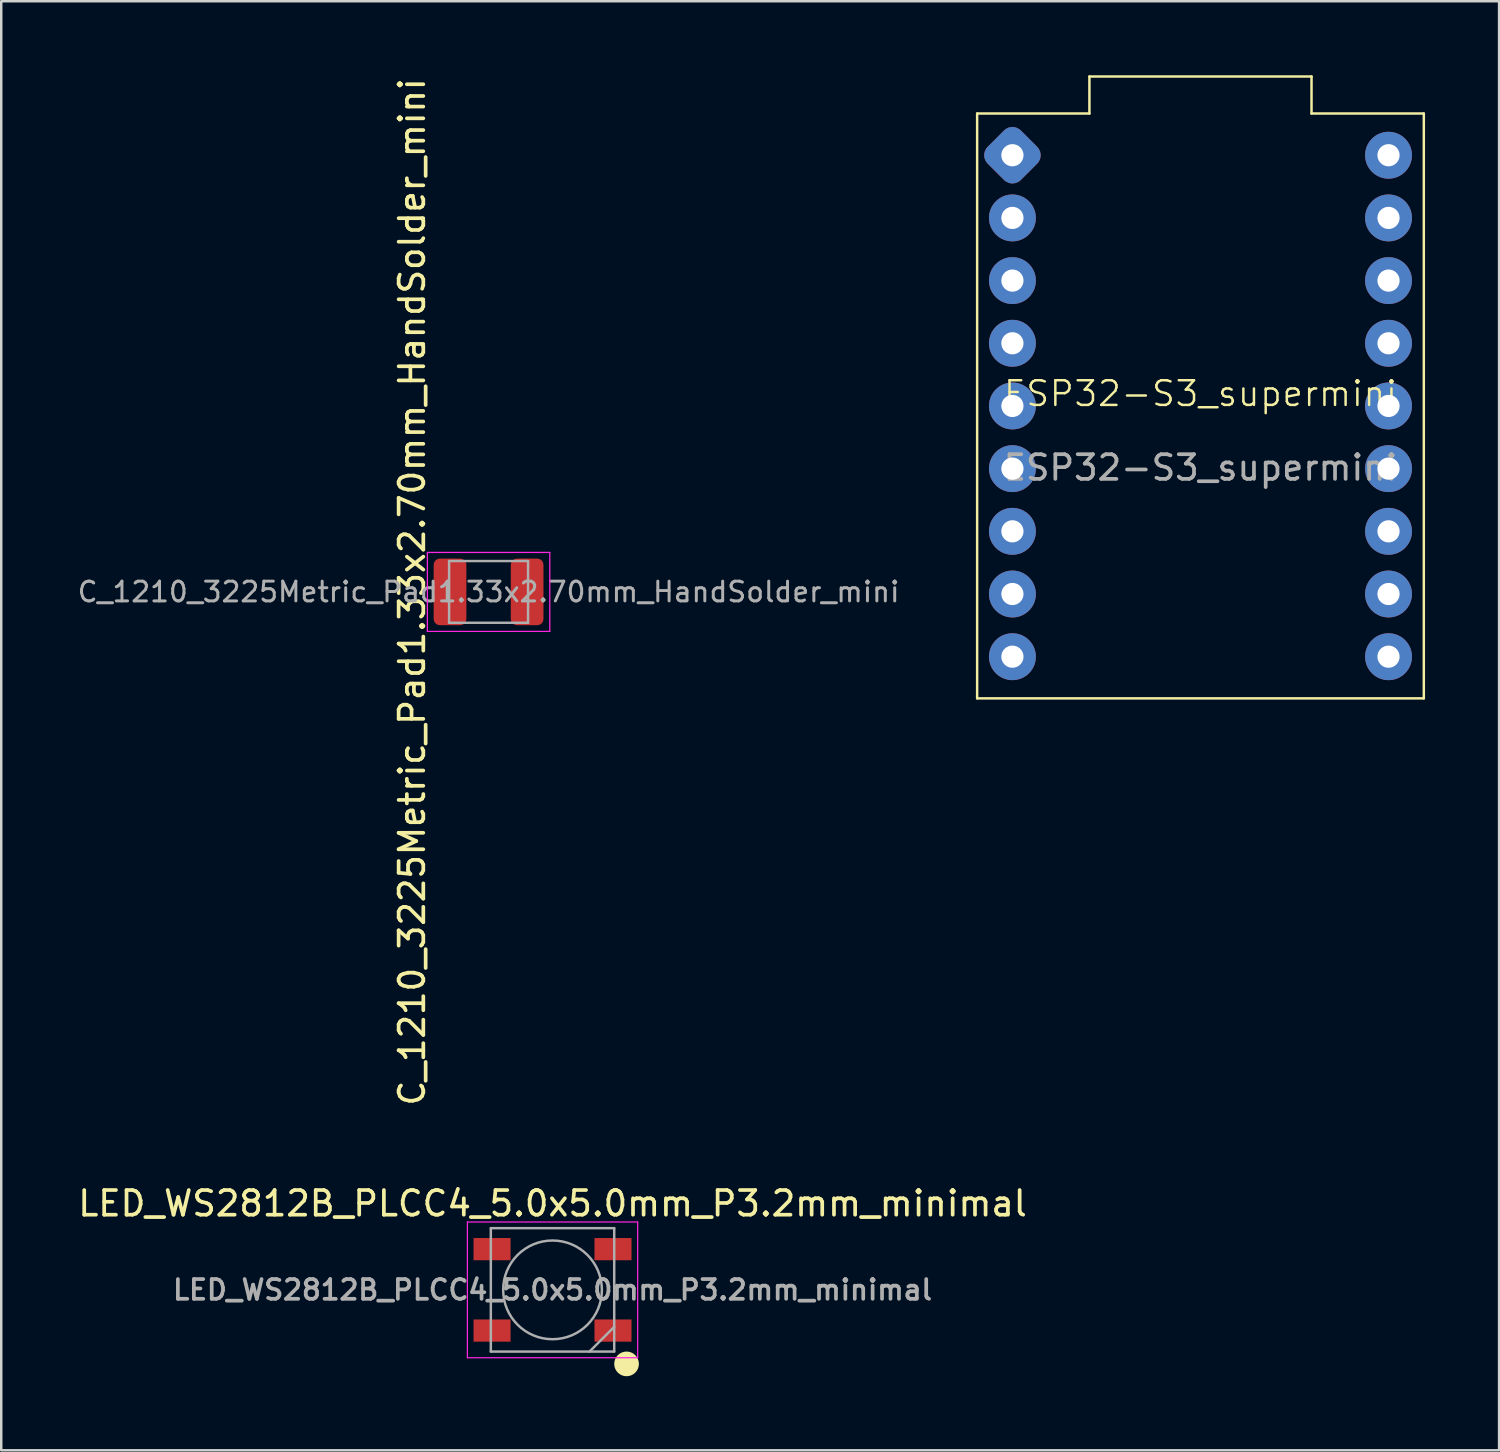
<source format=kicad_pcb>
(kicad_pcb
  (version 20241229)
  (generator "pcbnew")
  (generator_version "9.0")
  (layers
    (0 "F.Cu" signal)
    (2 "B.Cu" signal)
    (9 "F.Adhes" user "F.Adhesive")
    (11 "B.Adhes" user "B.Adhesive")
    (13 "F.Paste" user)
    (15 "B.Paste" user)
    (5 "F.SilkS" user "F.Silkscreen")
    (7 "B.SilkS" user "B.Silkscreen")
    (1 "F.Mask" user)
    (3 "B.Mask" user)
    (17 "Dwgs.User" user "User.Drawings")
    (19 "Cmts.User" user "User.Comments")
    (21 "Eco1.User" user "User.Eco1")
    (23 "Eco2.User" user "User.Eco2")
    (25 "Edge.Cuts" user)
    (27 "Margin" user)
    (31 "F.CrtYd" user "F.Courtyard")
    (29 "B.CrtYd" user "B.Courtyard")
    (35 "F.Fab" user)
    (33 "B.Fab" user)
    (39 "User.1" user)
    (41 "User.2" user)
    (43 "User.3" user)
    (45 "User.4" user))
  (footprint "LED_WS2812B_PLCC4_5.0x5.0mm_P3.2mm_minimal"
    (layer "F.Cu")
    (at 19.339 49.217)
    (property "Reference" "LED_WS2812B_PLCC4_5.0x5.0mm_P3.2mm_minimal" (at 0 -3.5 0) (layer "F.SilkS") (effects (font (size 1 1) (thickness 0.15))))
    (attr smd)
    (fp_circle (center 3 3) (end 3.5 3) (stroke (width 0) (type solid)) (fill yes) (layer "F.SilkS"))
    (fp_line (start -3.45 -2.75) (end -3.45 2.75) (stroke (width 0.05) (type solid)) (layer "F.CrtYd"))
    (fp_line (start -3.45 2.75) (end 3.45 2.75) (stroke (width 0.05) (type solid)) (layer "F.CrtYd"))
    (fp_line (start 3.45 -2.75) (end -3.45 -2.75) (stroke (width 0.05) (type solid)) (layer "F.CrtYd"))
    (fp_line (start 3.45 2.75) (end 3.45 -2.75) (stroke (width 0.05) (type solid)) (layer "F.CrtYd"))
    (fp_line (start -2.5 -2.5) (end -2.5 2.5) (stroke (width 0.1) (type solid)) (layer "F.Fab"))
    (fp_line (start -2.5 2.5) (end 2.5 2.5) (stroke (width 0.1) (type solid)) (layer "F.Fab"))
    (fp_line (start 2.5 -2.5) (end -2.5 -2.5) (stroke (width 0.1) (type solid)) (layer "F.Fab"))
    (fp_line (start 2.5 1.5) (end 1.5 2.5) (stroke (width 0.1) (type solid)) (layer "F.Fab"))
    (fp_line (start 2.5 2.5) (end 2.5 -2.5) (stroke (width 0.1) (type solid)) (layer "F.Fab"))
    (fp_circle (center 0 0) (end 0 -2) (stroke (width 0.1) (type solid)) (fill no) (layer "F.Fab"))
    (fp_text user "${REFERENCE}" (at 0 0 0) (layer "F.Fab") (effects (font (size 0.8 0.8) (thickness 0.15))))
    (pad "1" smd rect (at -2.45 -1.65) (size 1.5 0.9) (layers "F.Cu" "F.Mask" "F.Paste"))
    (pad "2" smd rect (at -2.45 1.65) (size 1.5 0.9) (layers "F.Cu" "F.Mask" "F.Paste"))
    (pad "3" smd rect (at 2.45 1.65) (size 1.5 0.9) (layers "F.Cu" "F.Mask" "F.Paste"))
    (pad "4" smd rect (at 2.45 -1.65) (size 1.5 0.9) (layers "F.Cu" "F.Mask" "F.Paste")))
  (footprint "C_1210_3225Metric_Pad1.33x2.70mm_HandSolder_mini"
    (layer "F.Cu")
    (at 16.748 20.935)
    (property "Reference" "C_1210_3225Metric_Pad1.33x2.70mm_HandSolder_mini" (at -3.1 0 90) (layer "F.SilkS") (effects (font (size 1 1) (thickness 0.15))))
    (attr smd)
    (fp_line (start -2.48 -1.6) (end 2.48 -1.6) (stroke (width 0.05) (type solid)) (layer "F.CrtYd"))
    (fp_line (start -2.48 1.6) (end -2.48 -1.6) (stroke (width 0.05) (type solid)) (layer "F.CrtYd"))
    (fp_line (start 2.48 -1.6) (end 2.48 1.6) (stroke (width 0.05) (type solid)) (layer "F.CrtYd"))
    (fp_line (start 2.48 1.6) (end -2.48 1.6) (stroke (width 0.05) (type solid)) (layer "F.CrtYd"))
    (fp_line (start -1.6 -1.25) (end 1.6 -1.25) (stroke (width 0.1) (type solid)) (layer "F.Fab"))
    (fp_line (start -1.6 1.25) (end -1.6 -1.25) (stroke (width 0.1) (type solid)) (layer "F.Fab"))
    (fp_line (start 1.6 -1.25) (end 1.6 1.25) (stroke (width 0.1) (type solid)) (layer "F.Fab"))
    (fp_line (start 1.6 1.25) (end -1.6 1.25) (stroke (width 0.1) (type solid)) (layer "F.Fab"))
    (fp_text user "${REFERENCE}" (at 0 0 0) (layer "F.Fab") (effects (font (size 0.8 0.8) (thickness 0.12))))
    (pad "1" smd roundrect (at -1.562 0) (size 1.325 2.7) (layers "F.Cu" "F.Mask" "F.Paste") (roundrect_rratio 0.189))
    (pad "2" smd roundrect (at 1.562 0) (size 1.325 2.7) (layers "F.Cu" "F.Mask" "F.Paste") (roundrect_rratio 0.189)))
  (footprint "ESP32-S3_supermini"
    (layer "F.Cu")
    (at 45.595 13.4)
    (property "Reference" "ESP32-S3_supermini" (at 0 -0.5 0) (unlocked yes) (layer "F.SilkS") (effects (font (size 1 1) (thickness 0.1))))
    (attr through_hole)
    (fp_line (start -9.05 -11.85) (end -9.05 11.85) (stroke (width 0.1) (type default)) (layer "F.SilkS"))
    (fp_line (start -9.05 -11.85) (end -4.5 -11.85) (stroke (width 0.1) (type default)) (layer "F.SilkS"))
    (fp_line (start -4.5 -11.85) (end -4.5 -13.35) (stroke (width 0.1) (type default)) (layer "F.SilkS"))
    (fp_line (start 4.5 -13.35) (end -4.5 -13.35) (stroke (width 0.1) (type default)) (layer "F.SilkS"))
    (fp_line (start 4.5 -11.85) (end 4.5 -13.35) (stroke (width 0.1) (type default)) (layer "F.SilkS"))
    (fp_line (start 9.05 -11.85) (end 4.5 -11.85) (stroke (width 0.1) (type default)) (layer "F.SilkS"))
    (fp_line (start 9.05 11.85) (end -9.05 11.85) (stroke (width 0.1) (type default)) (layer "F.SilkS"))
    (fp_line (start 9.05 11.85) (end 9.05 -11.85) (stroke (width 0.1) (type default)) (layer "F.SilkS"))
    (fp_text user "${REFERENCE}" (at 0 2.5 0) (unlocked yes) (layer "F.Fab") (effects (font (size 1 1) (thickness 0.15))))
    (pad "1" thru_hole roundrect (at -7.62 -10.16 45) (size 1.9 1.9) (drill 0.9) (layers "*.Cu" "*.Mask") (roundrect_rratio 0.25))
    (pad "2" thru_hole circle (at -7.62 -7.62) (size 1.9 1.9) (drill 0.9) (layers "*.Cu" "*.Mask"))
    (pad "3" thru_hole circle (at -7.62 -5.08) (size 1.9 1.9) (drill 0.9) (layers "*.Cu" "*.Mask"))
    (pad "4" thru_hole circle (at -7.62 -2.54) (size 1.9 1.9) (drill 0.9) (layers "*.Cu" "*.Mask"))
    (pad "5" thru_hole circle (at -7.62 0) (size 1.9 1.9) (drill 0.9) (layers "*.Cu" "*.Mask"))
    (pad "6" thru_hole circle (at -7.62 2.54) (size 1.9 1.9) (drill 0.9) (layers "*.Cu" "*.Mask"))
    (pad "7" thru_hole circle (at -7.62 5.08) (size 1.9 1.9) (drill 0.9) (layers "*.Cu" "*.Mask"))
    (pad "8" thru_hole circle (at -7.62 7.62) (size 1.9 1.9) (drill 0.9) (layers "*.Cu" "*.Mask"))
    (pad "9" thru_hole circle (at -7.62 10.16) (size 1.9 1.9) (drill 0.9) (layers "*.Cu" "*.Mask"))
    (pad "10" thru_hole circle (at 7.62 10.16) (size 1.9 1.9) (drill 0.9) (layers "*.Cu" "*.Mask"))
    (pad "11" thru_hole circle (at 7.62 7.62) (size 1.9 1.9) (drill 0.9) (layers "*.Cu" "*.Mask"))
    (pad "12" thru_hole circle (at 7.62 5.08) (size 1.9 1.9) (drill 0.9) (layers "*.Cu" "*.Mask"))
    (pad "13" thru_hole circle (at 7.62 2.54) (size 1.9 1.9) (drill 0.9) (layers "*.Cu" "*.Mask"))
    (pad "14" thru_hole circle (at 7.62 0) (size 1.9 1.9) (drill 0.9) (layers "*.Cu" "*.Mask"))
    (pad "15" thru_hole circle (at 7.62 -2.54) (size 1.9 1.9) (drill 0.9) (layers "*.Cu" "*.Mask"))
    (pad "16" thru_hole circle (at 7.62 -5.08) (size 1.9 1.9) (drill 0.9) (layers "*.Cu" "*.Mask"))
    (pad "17" thru_hole circle (at 7.62 -7.62) (size 1.9 1.9) (drill 0.9) (layers "*.Cu" "*.Mask"))
    (pad "18" thru_hole circle (at 7.62 -10.16) (size 1.9 1.9) (drill 0.9) (layers "*.Cu" "*.Mask")))
  (gr_rect
    (start -3 -3)
    (end 57.695 55.717)
    (stroke (width 0.1) (type default))
    (fill no)
    (layer "Edge.Cuts")))
</source>
